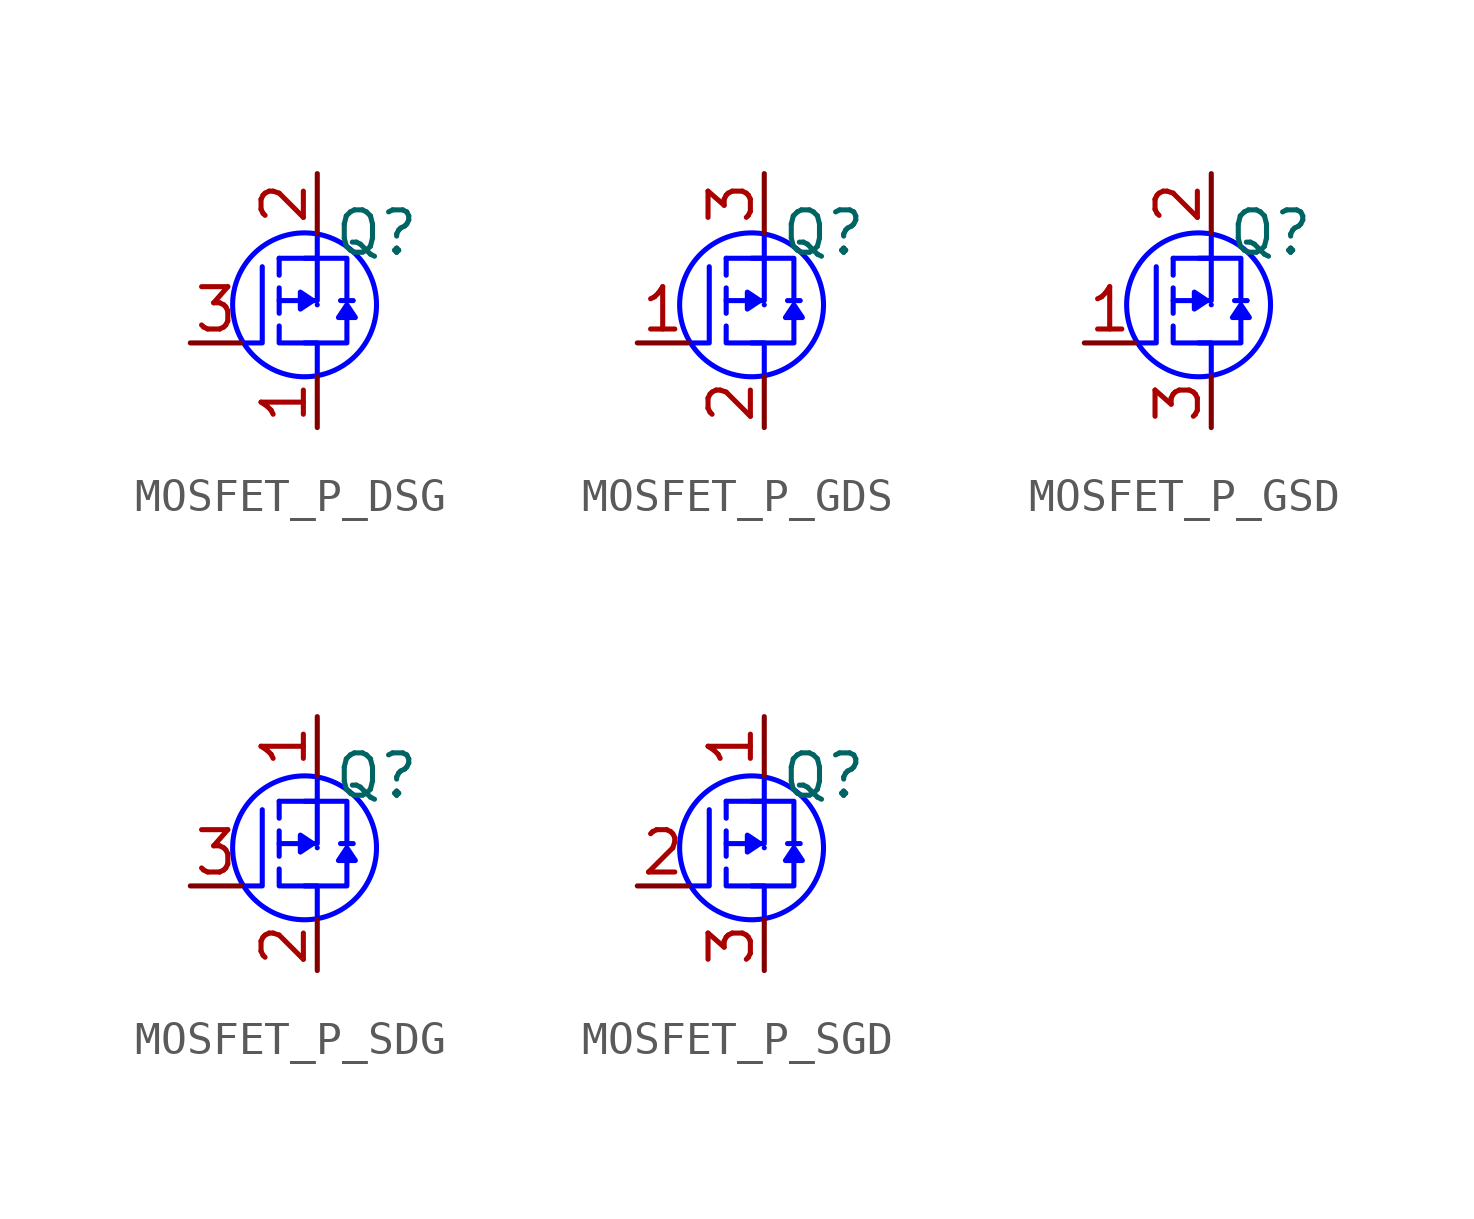
<source format=kicad_sym>
(kicad_symbol_lib
  (version 20241209)
  (generator "kicad_symbol_editor")
  (generator_version "9.0")
  (symbol "MOSFET_P_DSG"
    (pin_names
      (offset 0)
      (hide yes))
    (property "Reference" "Q"
      (at 5.588 3.302 0)
      (effects (font (size 1.27 1.27))))
    (property "Value" ""
      (at 0 0 0)
      (effects (font (size 1.27 1.27))))
    (property "VDS" ""
      (at 0 0 0)
      (effects (font (size 1.27 1.27))))
    (symbol "MOSFET_P_DSG_1_1"
      (polyline (pts (xy 1.651 0) (xy 2.159 0) (xy 2.159 2.286)) (stroke (width 0) (type solid) (color 0 0 255 1)) (fill (type none)))
      (polyline (pts (xy 2.667 2.54) (xy 2.667 2.032)) (stroke (width 0) (type solid) (color 0 0 255 1)) (fill (type none)))
      (polyline (pts (xy 2.667 2.54) (xy 3.81 2.54) (xy 3.81 3.175)) (stroke (width 0) (type solid) (color 0 0 255 1)) (fill (type none)))
      (polyline (pts (xy 2.667 1.651) (xy 2.667 0.889)) (stroke (width 0) (type solid) (color 0 0 255 1)) (fill (type none)))
      (polyline (pts (xy 2.667 1.27) (xy 3.81 1.27) (xy 3.81 2.54)) (stroke (width 0) (type solid) (color 0 0 255 1)) (fill (type none)))
      (polyline (pts (xy 2.667 0.508) (xy 2.667 0)) (stroke (width 0) (type solid) (color 0 0 255 1)) (fill (type none)))
      (polyline (pts (xy 2.73 0) (xy 3.81 0) (xy 3.81 -0.889)) (stroke (width 0) (type solid) (color 0 0 255 1)) (fill (type none)))
      (polyline (pts (xy 3.429 2.54) (xy 4.699 2.54) (xy 4.699 1.27)) (stroke (width 0) (type solid) (color 0 0 255 1)) (fill (type none)))
      (circle (center 3.429 1.143) (radius 2.159) (stroke (width 0) (type default) (color 0 0 255 1)) (fill (type none)))
      (polyline (pts (xy 3.429 0) (xy 4.699 0) (xy 4.699 0.889)) (stroke (width 0) (type solid) (color 0 0 255 1)) (fill (type none)))
      (polyline (pts (xy 3.683 1.27) (xy 3.302 1.524) (xy 3.302 1.016) (xy 3.683 1.27)) (stroke (width 0) (type solid) (color 0 0 255 1)) (fill (type color) (color 0 0 255 1)))
      (polyline (pts (xy 3.81 1.143) (xy 3.81 1.143)) (stroke (width 0) (type solid) (color 0 0 255 1)) (fill (type none)))
      (polyline (pts (xy 4.508 1.27) (xy 4.889 1.27)) (stroke (width 0) (type solid) (color 0 0 255 1)) (fill (type none)))
      (polyline (pts (xy 4.699 1.143) (xy 4.445 0.762) (xy 4.953 0.762) (xy 4.699 1.143)) (stroke (width 0) (type solid) (color 0 0 255 1)) (fill (type color) (color 0 0 255 1)))
      (pin input line (at 0 0 0) (length 1.524) (name "G" (effects (font (size 1.27 1.27)))) (number "3" (effects (font (size 1.27 1.27)))))
      (pin passive line (at 3.81 5.08 270) (length 1.778) (name "S" (effects (font (size 1.27 1.27)))) (number "2" (effects (font (size 1.27 1.27)))))
      (pin passive line (at 3.81 -2.54 90) (length 1.524) (name "D" (effects (font (size 1.27 1.27)))) (number "1" (effects (font (size 1.27 1.27)))))))
  (symbol "MOSFET_P_GDS"
    (pin_names
      (offset 0)
      (hide yes))
    (property "Reference" "Q"
      (at 5.588 3.302 0)
      (effects (font (size 1.27 1.27))))
    (property "Value" ""
      (at 0 0 0)
      (effects (font (size 1.27 1.27))))
    (property "VDS" ""
      (at 0 0 0)
      (effects (font (size 1.27 1.27))))
    (symbol "MOSFET_P_GDS_1_1"
      (polyline (pts (xy 1.651 0) (xy 2.159 0) (xy 2.159 2.286)) (stroke (width 0) (type solid) (color 0 0 255 1)) (fill (type none)))
      (polyline (pts (xy 2.667 2.54) (xy 2.667 2.032)) (stroke (width 0) (type solid) (color 0 0 255 1)) (fill (type none)))
      (polyline (pts (xy 2.667 2.54) (xy 3.81 2.54) (xy 3.81 3.175)) (stroke (width 0) (type solid) (color 0 0 255 1)) (fill (type none)))
      (polyline (pts (xy 2.667 1.651) (xy 2.667 0.889)) (stroke (width 0) (type solid) (color 0 0 255 1)) (fill (type none)))
      (polyline (pts (xy 2.667 1.27) (xy 3.81 1.27) (xy 3.81 2.54)) (stroke (width 0) (type solid) (color 0 0 255 1)) (fill (type none)))
      (polyline (pts (xy 2.667 0.508) (xy 2.667 0)) (stroke (width 0) (type solid) (color 0 0 255 1)) (fill (type none)))
      (polyline (pts (xy 2.73 0) (xy 3.81 0) (xy 3.81 -0.889)) (stroke (width 0) (type solid) (color 0 0 255 1)) (fill (type none)))
      (polyline (pts (xy 3.429 2.54) (xy 4.699 2.54) (xy 4.699 1.27)) (stroke (width 0) (type solid) (color 0 0 255 1)) (fill (type none)))
      (circle (center 3.429 1.143) (radius 2.159) (stroke (width 0) (type default) (color 0 0 255 1)) (fill (type none)))
      (polyline (pts (xy 3.429 0) (xy 4.699 0) (xy 4.699 0.889)) (stroke (width 0) (type solid) (color 0 0 255 1)) (fill (type none)))
      (polyline (pts (xy 3.683 1.27) (xy 3.302 1.524) (xy 3.302 1.016) (xy 3.683 1.27)) (stroke (width 0) (type solid) (color 0 0 255 1)) (fill (type color) (color 0 0 255 1)))
      (polyline (pts (xy 3.81 1.143) (xy 3.81 1.143)) (stroke (width 0) (type solid) (color 0 0 255 1)) (fill (type none)))
      (polyline (pts (xy 4.508 1.27) (xy 4.889 1.27)) (stroke (width 0) (type solid) (color 0 0 255 1)) (fill (type none)))
      (polyline (pts (xy 4.699 1.143) (xy 4.445 0.762) (xy 4.953 0.762) (xy 4.699 1.143)) (stroke (width 0) (type solid) (color 0 0 255 1)) (fill (type color) (color 0 0 255 1)))
      (pin input line (at 0 0 0) (length 1.524) (name "G" (effects (font (size 1.27 1.27)))) (number "1" (effects (font (size 1.27 1.27)))))
      (pin passive line (at 3.81 5.08 270) (length 1.778) (name "S" (effects (font (size 1.27 1.27)))) (number "3" (effects (font (size 1.27 1.27)))))
      (pin passive line (at 3.81 -2.54 90) (length 1.524) (name "D" (effects (font (size 1.27 1.27)))) (number "2" (effects (font (size 1.27 1.27)))))))
  (symbol "MOSFET_P_GSD"
    (pin_names
      (offset 0)
      (hide yes))
    (property "Reference" "Q"
      (at 5.588 3.302 0)
      (effects (font (size 1.27 1.27))))
    (property "Value" ""
      (at 0 0 0)
      (effects (font (size 1.27 1.27))))
    (property "VDS" ""
      (at 0 0 0)
      (effects (font (size 1.27 1.27))))
    (symbol "MOSFET_P_GSD_1_1"
      (polyline (pts (xy 1.651 0) (xy 2.159 0) (xy 2.159 2.286)) (stroke (width 0) (type solid) (color 0 0 255 1)) (fill (type none)))
      (polyline (pts (xy 2.667 2.54) (xy 2.667 2.032)) (stroke (width 0) (type solid) (color 0 0 255 1)) (fill (type none)))
      (polyline (pts (xy 2.667 2.54) (xy 3.81 2.54) (xy 3.81 3.175)) (stroke (width 0) (type solid) (color 0 0 255 1)) (fill (type none)))
      (polyline (pts (xy 2.667 1.651) (xy 2.667 0.889)) (stroke (width 0) (type solid) (color 0 0 255 1)) (fill (type none)))
      (polyline (pts (xy 2.667 1.27) (xy 3.81 1.27) (xy 3.81 2.54)) (stroke (width 0) (type solid) (color 0 0 255 1)) (fill (type none)))
      (polyline (pts (xy 2.667 0.508) (xy 2.667 0)) (stroke (width 0) (type solid) (color 0 0 255 1)) (fill (type none)))
      (polyline (pts (xy 2.73 0) (xy 3.81 0) (xy 3.81 -0.889)) (stroke (width 0) (type solid) (color 0 0 255 1)) (fill (type none)))
      (polyline (pts (xy 3.429 2.54) (xy 4.699 2.54) (xy 4.699 1.27)) (stroke (width 0) (type solid) (color 0 0 255 1)) (fill (type none)))
      (circle (center 3.429 1.143) (radius 2.159) (stroke (width 0) (type default) (color 0 0 255 1)) (fill (type none)))
      (polyline (pts (xy 3.429 0) (xy 4.699 0) (xy 4.699 0.889)) (stroke (width 0) (type solid) (color 0 0 255 1)) (fill (type none)))
      (polyline (pts (xy 3.683 1.27) (xy 3.302 1.524) (xy 3.302 1.016) (xy 3.683 1.27)) (stroke (width 0) (type solid) (color 0 0 255 1)) (fill (type color) (color 0 0 255 1)))
      (polyline (pts (xy 3.81 1.143) (xy 3.81 1.143)) (stroke (width 0) (type solid) (color 0 0 255 1)) (fill (type none)))
      (polyline (pts (xy 4.508 1.27) (xy 4.889 1.27)) (stroke (width 0) (type solid) (color 0 0 255 1)) (fill (type none)))
      (polyline (pts (xy 4.699 1.143) (xy 4.445 0.762) (xy 4.953 0.762) (xy 4.699 1.143)) (stroke (width 0) (type solid) (color 0 0 255 1)) (fill (type color) (color 0 0 255 1)))
      (pin input line (at 0 0 0) (length 1.524) (name "G" (effects (font (size 1.27 1.27)))) (number "1" (effects (font (size 1.27 1.27)))))
      (pin passive line (at 3.81 5.08 270) (length 1.778) (name "S" (effects (font (size 1.27 1.27)))) (number "2" (effects (font (size 1.27 1.27)))))
      (pin passive line (at 3.81 -2.54 90) (length 1.524) (name "D" (effects (font (size 1.27 1.27)))) (number "3" (effects (font (size 1.27 1.27)))))))
  (symbol "MOSFET_P_SDG"
    (pin_names
      (offset 0)
      (hide yes))
    (property "Reference" "Q"
      (at 5.588 3.302 0)
      (effects (font (size 1.27 1.27))))
    (property "Value" ""
      (at 0 0 0)
      (effects (font (size 1.27 1.27))))
    (property "VDS" ""
      (at 0 0 0)
      (effects (font (size 1.27 1.27))))
    (symbol "MOSFET_P_SDG_1_1"
      (polyline (pts (xy 1.651 0) (xy 2.159 0) (xy 2.159 2.286)) (stroke (width 0) (type solid) (color 0 0 255 1)) (fill (type none)))
      (polyline (pts (xy 2.667 2.54) (xy 2.667 2.032)) (stroke (width 0) (type solid) (color 0 0 255 1)) (fill (type none)))
      (polyline (pts (xy 2.667 2.54) (xy 3.81 2.54) (xy 3.81 3.175)) (stroke (width 0) (type solid) (color 0 0 255 1)) (fill (type none)))
      (polyline (pts (xy 2.667 1.651) (xy 2.667 0.889)) (stroke (width 0) (type solid) (color 0 0 255 1)) (fill (type none)))
      (polyline (pts (xy 2.667 1.27) (xy 3.81 1.27) (xy 3.81 2.54)) (stroke (width 0) (type solid) (color 0 0 255 1)) (fill (type none)))
      (polyline (pts (xy 2.667 0.508) (xy 2.667 0)) (stroke (width 0) (type solid) (color 0 0 255 1)) (fill (type none)))
      (polyline (pts (xy 2.73 0) (xy 3.81 0) (xy 3.81 -0.889)) (stroke (width 0) (type solid) (color 0 0 255 1)) (fill (type none)))
      (polyline (pts (xy 3.429 2.54) (xy 4.699 2.54) (xy 4.699 1.27)) (stroke (width 0) (type solid) (color 0 0 255 1)) (fill (type none)))
      (circle (center 3.429 1.143) (radius 2.159) (stroke (width 0) (type default) (color 0 0 255 1)) (fill (type none)))
      (polyline (pts (xy 3.429 0) (xy 4.699 0) (xy 4.699 0.889)) (stroke (width 0) (type solid) (color 0 0 255 1)) (fill (type none)))
      (polyline (pts (xy 3.683 1.27) (xy 3.302 1.524) (xy 3.302 1.016) (xy 3.683 1.27)) (stroke (width 0) (type solid) (color 0 0 255 1)) (fill (type color) (color 0 0 255 1)))
      (polyline (pts (xy 3.81 1.143) (xy 3.81 1.143)) (stroke (width 0) (type solid) (color 0 0 255 1)) (fill (type none)))
      (polyline (pts (xy 4.508 1.27) (xy 4.889 1.27)) (stroke (width 0) (type solid) (color 0 0 255 1)) (fill (type none)))
      (polyline (pts (xy 4.699 1.143) (xy 4.445 0.762) (xy 4.953 0.762) (xy 4.699 1.143)) (stroke (width 0) (type solid) (color 0 0 255 1)) (fill (type color) (color 0 0 255 1)))
      (pin input line (at 0 0 0) (length 1.524) (name "G" (effects (font (size 1.27 1.27)))) (number "3" (effects (font (size 1.27 1.27)))))
      (pin passive line (at 3.81 5.08 270) (length 1.778) (name "S" (effects (font (size 1.27 1.27)))) (number "1" (effects (font (size 1.27 1.27)))))
      (pin passive line (at 3.81 -2.54 90) (length 1.524) (name "D" (effects (font (size 1.27 1.27)))) (number "2" (effects (font (size 1.27 1.27)))))))
  (symbol "MOSFET_P_SGD"
    (pin_names
      (offset 0)
      (hide yes))
    (property "Reference" "Q"
      (at 5.588 3.302 0)
      (effects (font (size 1.27 1.27))))
    (property "Value" ""
      (at 0 0 0)
      (effects (font (size 1.27 1.27))))
    (property "VDS" ""
      (at 0 0 0)
      (effects (font (size 1.27 1.27))))
    (symbol "MOSFET_P_SGD_1_1"
      (polyline (pts (xy 1.651 0) (xy 2.159 0) (xy 2.159 2.286)) (stroke (width 0) (type solid) (color 0 0 255 1)) (fill (type none)))
      (polyline (pts (xy 2.667 2.54) (xy 2.667 2.032)) (stroke (width 0) (type solid) (color 0 0 255 1)) (fill (type none)))
      (polyline (pts (xy 2.667 2.54) (xy 3.81 2.54) (xy 3.81 3.175)) (stroke (width 0) (type solid) (color 0 0 255 1)) (fill (type none)))
      (polyline (pts (xy 2.667 1.651) (xy 2.667 0.889)) (stroke (width 0) (type solid) (color 0 0 255 1)) (fill (type none)))
      (polyline (pts (xy 2.667 1.27) (xy 3.81 1.27) (xy 3.81 2.54)) (stroke (width 0) (type solid) (color 0 0 255 1)) (fill (type none)))
      (polyline (pts (xy 2.667 0.508) (xy 2.667 0)) (stroke (width 0) (type solid) (color 0 0 255 1)) (fill (type none)))
      (polyline (pts (xy 2.73 0) (xy 3.81 0) (xy 3.81 -0.889)) (stroke (width 0) (type solid) (color 0 0 255 1)) (fill (type none)))
      (polyline (pts (xy 3.429 2.54) (xy 4.699 2.54) (xy 4.699 1.27)) (stroke (width 0) (type solid) (color 0 0 255 1)) (fill (type none)))
      (circle (center 3.429 1.143) (radius 2.159) (stroke (width 0) (type default) (color 0 0 255 1)) (fill (type none)))
      (polyline (pts (xy 3.429 0) (xy 4.699 0) (xy 4.699 0.889)) (stroke (width 0) (type solid) (color 0 0 255 1)) (fill (type none)))
      (polyline (pts (xy 3.683 1.27) (xy 3.302 1.524) (xy 3.302 1.016) (xy 3.683 1.27)) (stroke (width 0) (type solid) (color 0 0 255 1)) (fill (type color) (color 0 0 255 1)))
      (polyline (pts (xy 3.81 1.143) (xy 3.81 1.143)) (stroke (width 0) (type solid) (color 0 0 255 1)) (fill (type none)))
      (polyline (pts (xy 4.508 1.27) (xy 4.889 1.27)) (stroke (width 0) (type solid) (color 0 0 255 1)) (fill (type none)))
      (polyline (pts (xy 4.699 1.143) (xy 4.445 0.762) (xy 4.953 0.762) (xy 4.699 1.143)) (stroke (width 0) (type solid) (color 0 0 255 1)) (fill (type color) (color 0 0 255 1)))
      (pin input line (at 0 0 0) (length 1.524) (name "G" (effects (font (size 1.27 1.27)))) (number "2" (effects (font (size 1.27 1.27)))))
      (pin passive line (at 3.81 5.08 270) (length 1.778) (name "S" (effects (font (size 1.27 1.27)))) (number "1" (effects (font (size 1.27 1.27)))))
      (pin passive line (at 3.81 -2.54 90) (length 1.524) (name "D" (effects (font (size 1.27 1.27)))) (number "3" (effects (font (size 1.27 1.27))))))))
</source>
